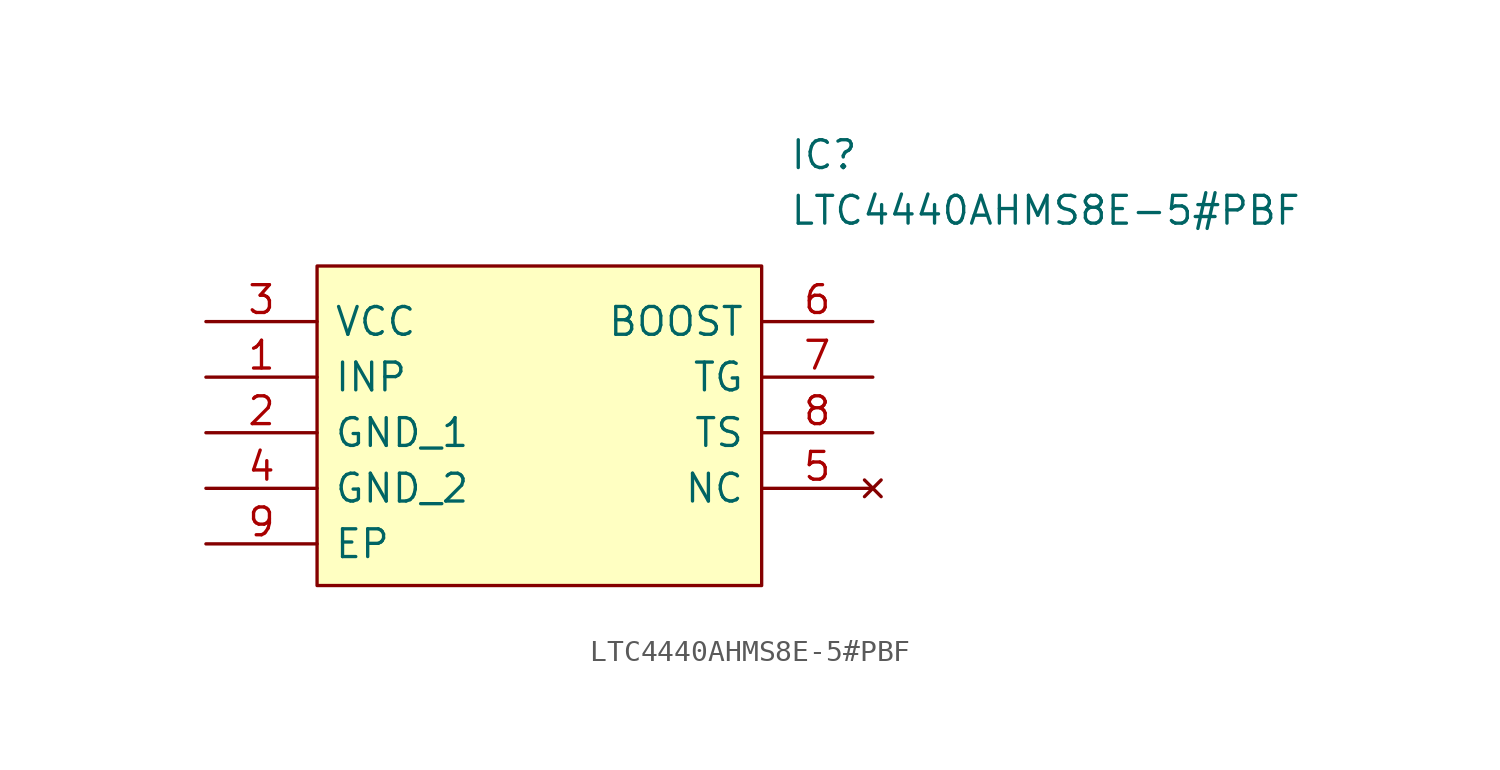
<source format=kicad_sym>
(kicad_symbol_lib
  (version 20220914)
  (generator kicad_symbol_editor)
  (symbol "LTC4440AHMS8E-5#PBF"
    (pin_names
      (offset 0.762))
    (property "Reference" "IC"
      (at 26.67 7.62 0)
      (effects (font (size 1.27 1.27)) (justify left)))
    (property "Value" "LTC4440AHMS8E-5#PBF"
      (at 26.67 5.08 0)
      (effects (font (size 1.27 1.27)) (justify left)))
    (symbol "LTC4440AHMS8E-5#PBF_0_0"
      (pin passive line (at 0 -2.54 0) (length 5.08) (name "INP" (effects (font (size 1.27 1.27)))) (number "1" (effects (font (size 1.27 1.27)))))
      (pin passive line (at 0 -5.08 0) (length 5.08) (name "GND_1" (effects (font (size 1.27 1.27)))) (number "2" (effects (font (size 1.27 1.27)))))
      (pin passive line (at 0 0 0) (length 5.08) (name "VCC" (effects (font (size 1.27 1.27)))) (number "3" (effects (font (size 1.27 1.27)))))
      (pin passive line (at 0 -7.62 0) (length 5.08) (name "GND_2" (effects (font (size 1.27 1.27)))) (number "4" (effects (font (size 1.27 1.27)))))
      (pin no_connect line (at 30.48 -7.62 180) (length 5.08) (name "NC" (effects (font (size 1.27 1.27)))) (number "5" (effects (font (size 1.27 1.27)))))
      (pin passive line (at 30.48 0 180) (length 5.08) (name "BOOST" (effects (font (size 1.27 1.27)))) (number "6" (effects (font (size 1.27 1.27)))))
      (pin passive line (at 30.48 -2.54 180) (length 5.08) (name "TG" (effects (font (size 1.27 1.27)))) (number "7" (effects (font (size 1.27 1.27)))))
      (pin passive line (at 30.48 -5.08 180) (length 5.08) (name "TS" (effects (font (size 1.27 1.27)))) (number "8" (effects (font (size 1.27 1.27)))))
      (pin passive line (at 0 -10.16 0) (length 5.08) (name "EP" (effects (font (size 1.27 1.27)))) (number "9" (effects (font (size 1.27 1.27))))))
    (symbol "LTC4440AHMS8E-5#PBF_1_1"
      (polyline (pts (xy 5.08 2.54) (xy 25.4 2.54) (xy 25.4 -12.065) (xy 5.08 -12.065) (xy 5.08 2.54)) (stroke (width 0.152) (type solid)) (fill (type background))))))
</source>
